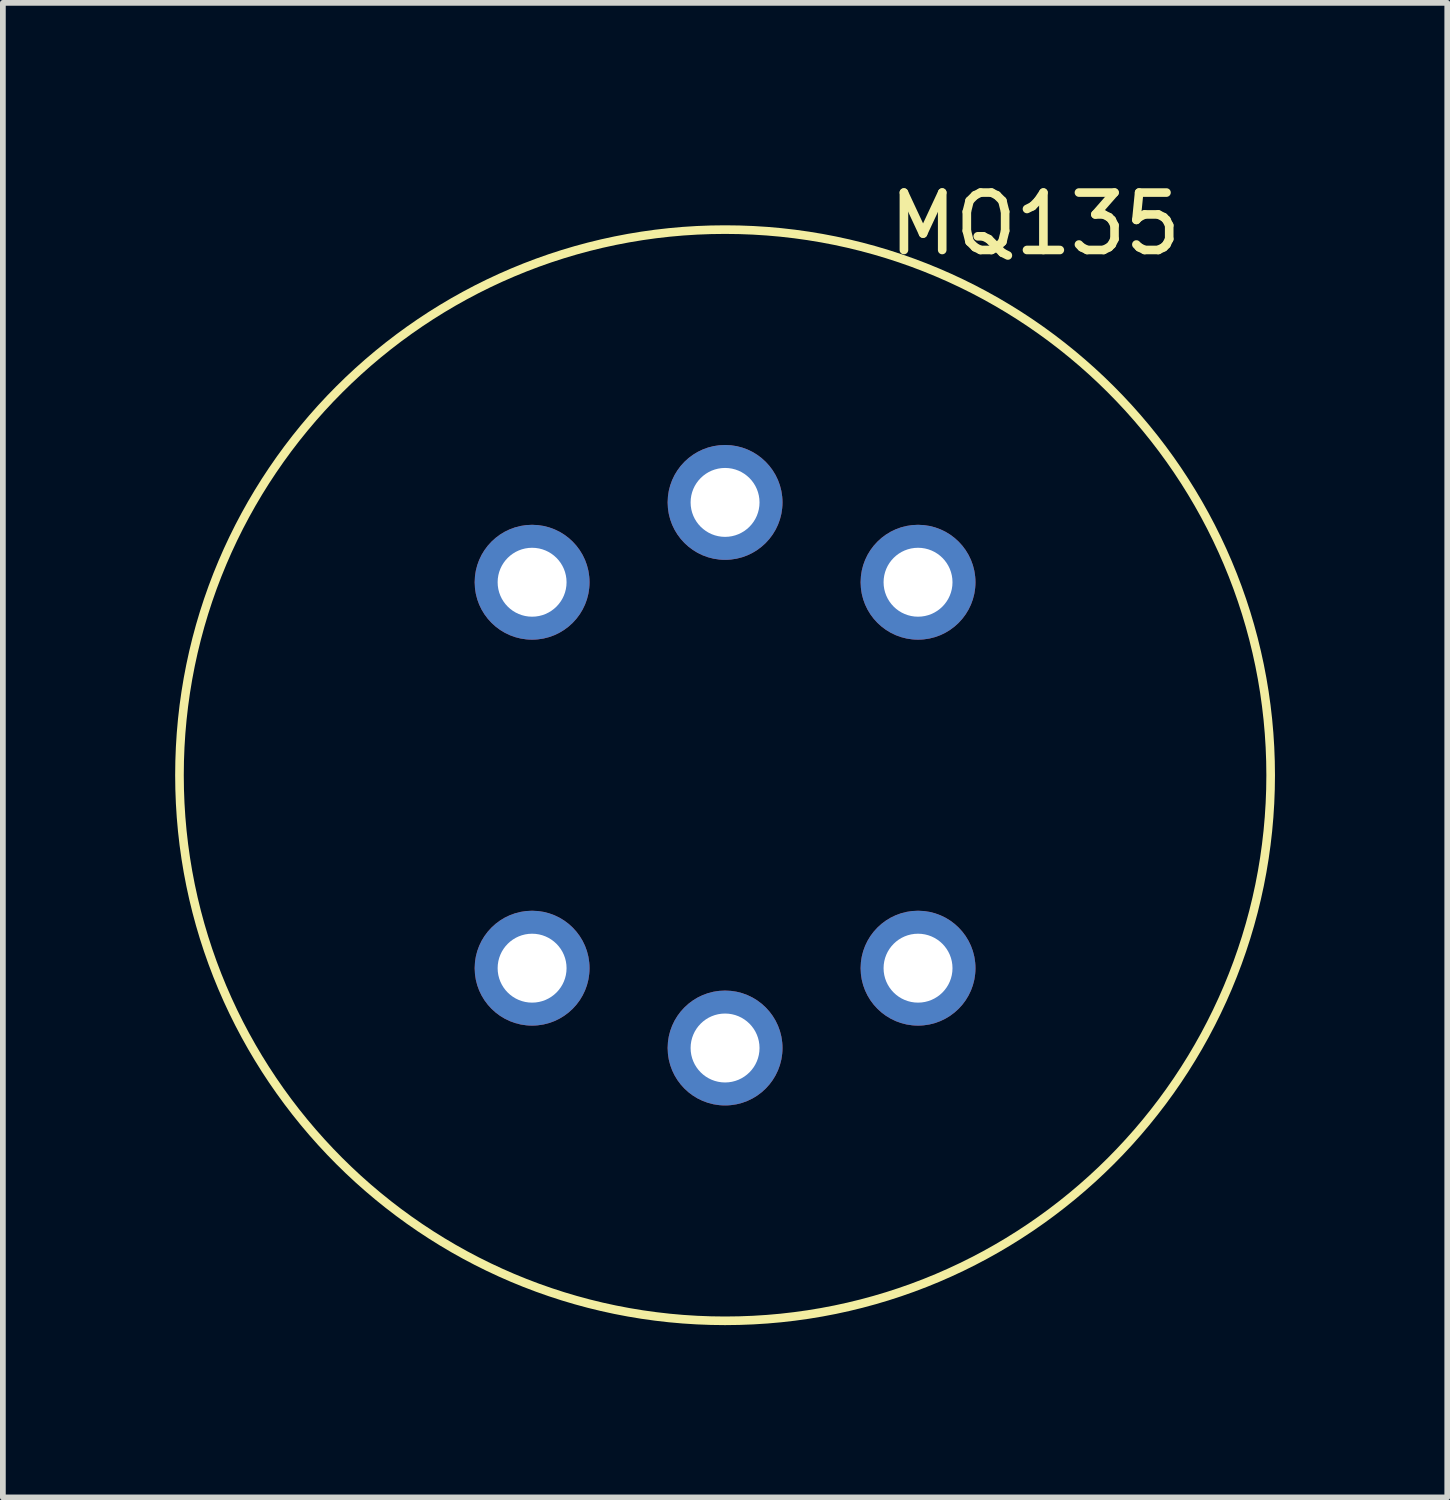
<source format=kicad_pcb>
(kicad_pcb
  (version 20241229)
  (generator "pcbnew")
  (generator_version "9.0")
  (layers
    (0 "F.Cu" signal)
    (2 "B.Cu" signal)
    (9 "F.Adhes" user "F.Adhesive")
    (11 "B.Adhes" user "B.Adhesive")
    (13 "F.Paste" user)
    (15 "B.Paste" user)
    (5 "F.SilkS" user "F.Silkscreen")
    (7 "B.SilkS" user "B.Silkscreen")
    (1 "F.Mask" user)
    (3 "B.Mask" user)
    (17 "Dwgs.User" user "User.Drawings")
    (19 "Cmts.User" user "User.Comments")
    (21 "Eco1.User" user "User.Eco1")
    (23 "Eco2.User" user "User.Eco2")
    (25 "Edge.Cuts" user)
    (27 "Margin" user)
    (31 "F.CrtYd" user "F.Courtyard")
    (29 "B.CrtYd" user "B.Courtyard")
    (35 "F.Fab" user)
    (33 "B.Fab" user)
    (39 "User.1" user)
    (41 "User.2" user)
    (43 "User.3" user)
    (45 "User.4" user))
  (footprint "MQ135"
    (layer "F.Cu")
    (at 9.575 10.448)
    (property "Reference" "MQ135" (at 5.4 -9.6 0) (layer "F.SilkS") (effects (font (size 1 1) (thickness 0.15))))
    (attr through_hole)
    (fp_circle (center 0 0) (end 9.5 0) (stroke (width 0.15) (type solid)) (fill no) (layer "F.SilkS"))
    (pad "1" thru_hole circle (at 3.36 3.36) (size 2 2) (drill 1.2) (layers "*.Cu" "*.Mask"))
    (pad "2" thru_hole circle (at 0 4.75) (size 2 2) (drill 1.2) (layers "*.Cu" "*.Mask"))
    (pad "3" thru_hole circle (at 3.36 -3.36) (size 2 2) (drill 1.2) (layers "*.Cu" "*.Mask"))
    (pad "4" thru_hole circle (at -3.36 -3.36) (size 2 2) (drill 1.2) (layers "*.Cu" "*.Mask"))
    (pad "5" thru_hole circle (at 0 -4.75) (size 2 2) (drill 1.2) (layers "*.Cu" "*.Mask"))
    (pad "6" thru_hole circle (at -3.36 3.36) (size 2 2) (drill 1.2) (layers "*.Cu" "*.Mask")))
  (gr_rect
    (start -3 -3)
    (end 22.15 23.023)
    (stroke (width 0.1) (type default))
    (fill no)
    (layer "Edge.Cuts")))
</source>
